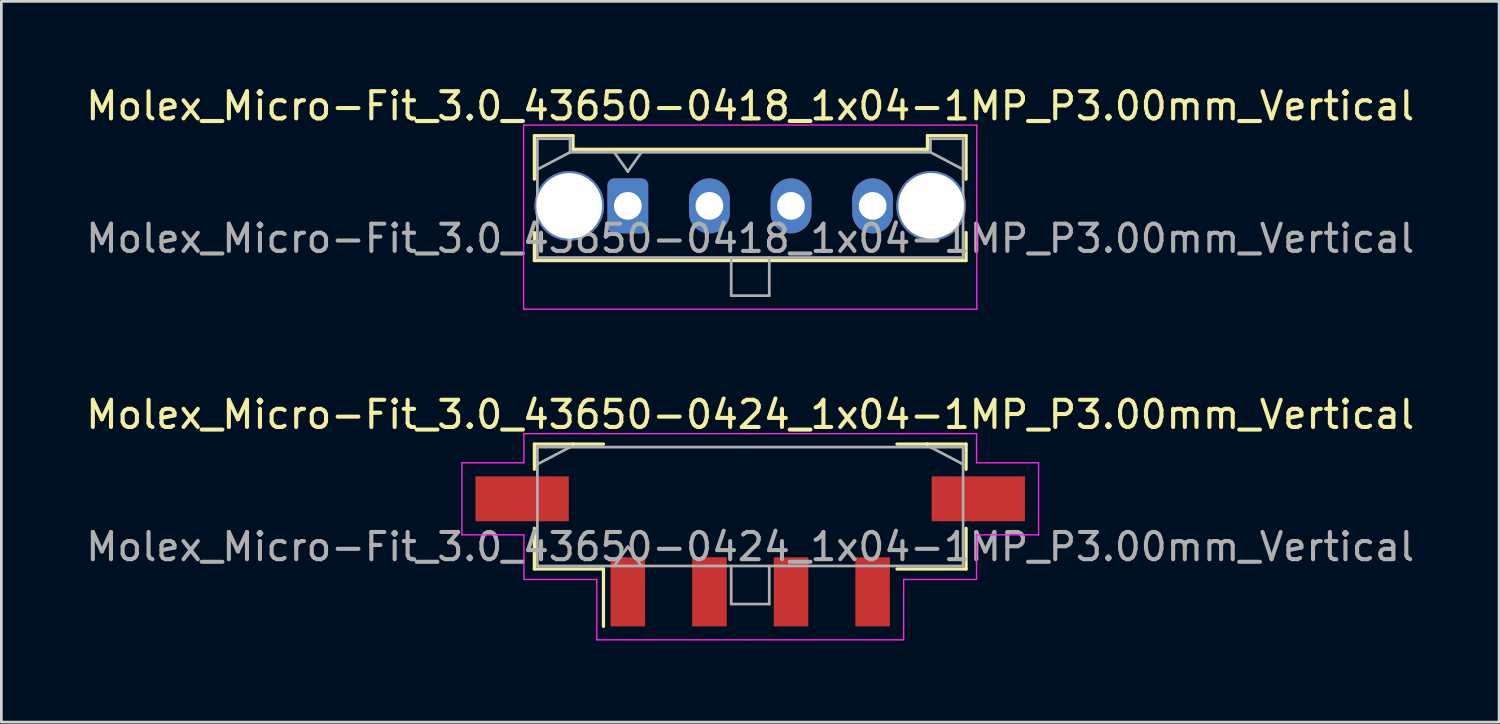
<source format=kicad_pcb>
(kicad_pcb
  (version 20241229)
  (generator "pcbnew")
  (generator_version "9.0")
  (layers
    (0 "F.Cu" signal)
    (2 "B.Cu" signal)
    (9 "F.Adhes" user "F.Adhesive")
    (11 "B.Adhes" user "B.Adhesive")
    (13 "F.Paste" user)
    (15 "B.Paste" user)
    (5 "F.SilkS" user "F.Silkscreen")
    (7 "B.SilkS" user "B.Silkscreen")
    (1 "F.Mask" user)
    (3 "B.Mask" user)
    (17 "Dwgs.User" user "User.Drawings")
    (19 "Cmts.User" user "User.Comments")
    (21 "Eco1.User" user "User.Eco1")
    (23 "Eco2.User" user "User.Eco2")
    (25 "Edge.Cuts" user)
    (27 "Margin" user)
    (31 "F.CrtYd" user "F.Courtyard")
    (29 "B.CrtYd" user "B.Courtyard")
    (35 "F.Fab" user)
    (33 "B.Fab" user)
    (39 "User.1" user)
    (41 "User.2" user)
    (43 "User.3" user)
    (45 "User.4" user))
  (footprint "Molex_Micro-Fit_3.0_43650-0424_1x04-1MP_P3.00mm_Vertical"
    (layer "F.Cu")
    (at 24.53 15.572)
    (property "Reference" "Molex_Micro-Fit_3.0_43650-0424_1x04-1MP_P3.00mm_Vertical" (at 0 -3.38 0) (layer "F.SilkS") (effects (font (size 1 1) (thickness 0.15))))
    (attr smd)
    (fp_line (start -7.935 -2.295) (end -6.515 -2.295) (stroke (width 0.12) (type solid)) (layer "F.SilkS"))
    (fp_line (start -7.935 -1.37) (end -7.935 -2.295) (stroke (width 0.12) (type solid)) (layer "F.SilkS"))
    (fp_line (start -7.935 0.8) (end -7.935 2.295) (stroke (width 0.12) (type solid)) (layer "F.SilkS"))
    (fp_line (start -7.935 2.295) (end -5.395 2.295) (stroke (width 0.12) (type solid)) (layer "F.SilkS"))
    (fp_line (start -6.515 -2.295) (end -6.515 -2.295) (stroke (width 0.12) (type solid)) (layer "F.SilkS"))
    (fp_line (start -6.515 -2.295) (end -5.395 -2.295) (stroke (width 0.12) (type solid)) (layer "F.SilkS"))
    (fp_line (start -5.395 2.295) (end -5.395 4.405) (stroke (width 0.12) (type solid)) (layer "F.SilkS"))
    (fp_line (start 6.515 -2.295) (end 5.395 -2.295) (stroke (width 0.12) (type solid)) (layer "F.SilkS"))
    (fp_line (start 6.515 -2.295) (end 6.515 -2.295) (stroke (width 0.12) (type solid)) (layer "F.SilkS"))
    (fp_line (start 7.935 -2.295) (end 6.515 -2.295) (stroke (width 0.12) (type solid)) (layer "F.SilkS"))
    (fp_line (start 7.935 -1.37) (end 7.935 -2.295) (stroke (width 0.12) (type solid)) (layer "F.SilkS"))
    (fp_line (start 7.935 0.8) (end 7.935 2.295) (stroke (width 0.12) (type solid)) (layer "F.SilkS"))
    (fp_line (start 7.935 2.295) (end 5.395 2.295) (stroke (width 0.12) (type solid)) (layer "F.SilkS"))
    (fp_line (start -10.6 -1.61) (end -10.6 1.04) (stroke (width 0.05) (type solid)) (layer "F.CrtYd"))
    (fp_line (start -10.6 1.04) (end -8.32 1.04) (stroke (width 0.05) (type solid)) (layer "F.CrtYd"))
    (fp_line (start -8.32 -2.68) (end -8.32 -1.61) (stroke (width 0.05) (type solid)) (layer "F.CrtYd"))
    (fp_line (start -8.32 -1.61) (end -10.6 -1.61) (stroke (width 0.05) (type solid)) (layer "F.CrtYd"))
    (fp_line (start -8.32 1.04) (end -8.32 2.68) (stroke (width 0.05) (type solid)) (layer "F.CrtYd"))
    (fp_line (start -8.32 2.68) (end -5.64 2.68) (stroke (width 0.05) (type solid)) (layer "F.CrtYd"))
    (fp_line (start -5.64 -2.68) (end -8.32 -2.68) (stroke (width 0.05) (type solid)) (layer "F.CrtYd"))
    (fp_line (start -5.64 2.68) (end -5.64 4.9) (stroke (width 0.05) (type solid)) (layer "F.CrtYd"))
    (fp_line (start -5.64 4.9) (end 0 4.9) (stroke (width 0.05) (type solid)) (layer "F.CrtYd"))
    (fp_line (start 0 -2.68) (end -5.64 -2.68) (stroke (width 0.05) (type solid)) (layer "F.CrtYd"))
    (fp_line (start 0 -2.68) (end 5.64 -2.68) (stroke (width 0.05) (type solid)) (layer "F.CrtYd"))
    (fp_line (start 5.64 -2.68) (end 8.32 -2.68) (stroke (width 0.05) (type solid)) (layer "F.CrtYd"))
    (fp_line (start 5.64 2.68) (end 5.64 4.9) (stroke (width 0.05) (type solid)) (layer "F.CrtYd"))
    (fp_line (start 5.64 4.9) (end 0 4.9) (stroke (width 0.05) (type solid)) (layer "F.CrtYd"))
    (fp_line (start 8.32 -2.68) (end 8.32 -1.61) (stroke (width 0.05) (type solid)) (layer "F.CrtYd"))
    (fp_line (start 8.32 -1.61) (end 10.6 -1.61) (stroke (width 0.05) (type solid)) (layer "F.CrtYd"))
    (fp_line (start 8.32 1.04) (end 8.32 2.68) (stroke (width 0.05) (type solid)) (layer "F.CrtYd"))
    (fp_line (start 8.32 2.68) (end 5.64 2.68) (stroke (width 0.05) (type solid)) (layer "F.CrtYd"))
    (fp_line (start 10.6 -1.61) (end 10.6 1.04) (stroke (width 0.05) (type solid)) (layer "F.CrtYd"))
    (fp_line (start 10.6 1.04) (end 8.32 1.04) (stroke (width 0.05) (type solid)) (layer "F.CrtYd"))
    (fp_line (start -7.825 -2.185) (end -7.825 2.185) (stroke (width 0.1) (type solid)) (layer "F.Fab"))
    (fp_line (start -7.825 -1.555) (end -6.625 -2.185) (stroke (width 0.1) (type solid)) (layer "F.Fab"))
    (fp_line (start -7.825 2.185) (end 7.825 2.185) (stroke (width 0.1) (type solid)) (layer "F.Fab"))
    (fp_line (start -6.625 -2.185) (end -7.825 -2.185) (stroke (width 0.1) (type solid)) (layer "F.Fab"))
    (fp_line (start -6.625 -2.185) (end -6.625 -2.185) (stroke (width 0.1) (type solid)) (layer "F.Fab"))
    (fp_line (start -5 2.185) (end -4.5 1.478) (stroke (width 0.1) (type solid)) (layer "F.Fab"))
    (fp_line (start -4.5 1.478) (end -4 2.185) (stroke (width 0.1) (type solid)) (layer "F.Fab"))
    (fp_line (start -0.7 2.185) (end -0.7 3.585) (stroke (width 0.1) (type solid)) (layer "F.Fab"))
    (fp_line (start -0.7 3.585) (end 0.7 3.585) (stroke (width 0.1) (type solid)) (layer "F.Fab"))
    (fp_line (start 0.7 3.585) (end 0.7 2.185) (stroke (width 0.1) (type solid)) (layer "F.Fab"))
    (fp_line (start 6.625 -2.185) (end -6.625 -2.185) (stroke (width 0.1) (type solid)) (layer "F.Fab"))
    (fp_line (start 6.625 -2.185) (end 6.625 -2.185) (stroke (width 0.1) (type solid)) (layer "F.Fab"))
    (fp_line (start 7.825 -2.185) (end 6.625 -2.185) (stroke (width 0.1) (type solid)) (layer "F.Fab"))
    (fp_line (start 7.825 -1.555) (end 6.625 -2.185) (stroke (width 0.1) (type solid)) (layer "F.Fab"))
    (fp_line (start 7.825 2.185) (end 7.825 -2.185) (stroke (width 0.1) (type solid)) (layer "F.Fab"))
    (fp_text user "${REFERENCE}" (at 0 1.48 0) (layer "F.Fab") (effects (font (size 1 1) (thickness 0.15))))
    (pad "1" smd rect (at -4.5 3.135) (size 1.27 2.54) (layers "F.Cu" "F.Mask" "F.Paste"))
    (pad "2" smd rect (at -1.5 3.135) (size 1.27 2.54) (layers "F.Cu" "F.Mask" "F.Paste"))
    (pad "3" smd rect (at 1.5 3.135) (size 1.27 2.54) (layers "F.Cu" "F.Mask" "F.Paste"))
    (pad "4" smd rect (at 4.5 3.135) (size 1.27 2.54) (layers "F.Cu" "F.Mask" "F.Paste"))
    (pad "MP" smd rect (at -8.385 -0.285) (size 3.43 1.65) (layers "F.Cu" "F.Mask" "F.Paste"))
    (pad "MP" smd rect (at 8.385 -0.285) (size 3.43 1.65) (layers "F.Cu" "F.Mask" "F.Paste")))
  (footprint "Molex_Micro-Fit_3.0_43650-0418_1x04-1MP_P3.00mm_Vertical"
    (layer "F.Cu")
    (at 20.03 4.518)
    (property "Reference" "Molex_Micro-Fit_3.0_43650-0418_1x04-1MP_P3.00mm_Vertical" (at 4.5 -3.67 0) (layer "F.SilkS") (effects (font (size 1 1) (thickness 0.15))))
    (fp_line (start -3.435 -2.58) (end -2.015 -2.58) (stroke (width 0.12) (type solid)) (layer "F.SilkS"))
    (fp_line (start -3.435 -0.98) (end -3.435 -2.58) (stroke (width 0.12) (type solid)) (layer "F.SilkS"))
    (fp_line (start -3.435 0.98) (end -3.435 2.01) (stroke (width 0.12) (type solid)) (layer "F.SilkS"))
    (fp_line (start -3.435 2.01) (end 12.435 2.01) (stroke (width 0.12) (type solid)) (layer "F.SilkS"))
    (fp_line (start -2.015 -2.58) (end -2.015 -2.08) (stroke (width 0.12) (type solid)) (layer "F.SilkS"))
    (fp_line (start -2.015 -2.08) (end 11.015 -2.08) (stroke (width 0.12) (type solid)) (layer "F.SilkS"))
    (fp_line (start 11.015 -2.58) (end 12.435 -2.58) (stroke (width 0.12) (type solid)) (layer "F.SilkS"))
    (fp_line (start 11.015 -2.08) (end 11.015 -2.58) (stroke (width 0.12) (type solid)) (layer "F.SilkS"))
    (fp_line (start 12.435 -2.58) (end 12.435 -0.98) (stroke (width 0.12) (type solid)) (layer "F.SilkS"))
    (fp_line (start 12.435 2.01) (end 12.435 0.98) (stroke (width 0.12) (type solid)) (layer "F.SilkS"))
    (fp_line (start -3.83 -2.97) (end 12.83 -2.97) (stroke (width 0.05) (type solid)) (layer "F.CrtYd"))
    (fp_line (start -3.83 3.8) (end -3.83 -2.97) (stroke (width 0.05) (type solid)) (layer "F.CrtYd"))
    (fp_line (start 12.83 -2.97) (end 12.83 3.8) (stroke (width 0.05) (type solid)) (layer "F.CrtYd"))
    (fp_line (start 12.83 3.8) (end -3.83 3.8) (stroke (width 0.05) (type solid)) (layer "F.CrtYd"))
    (fp_line (start -3.325 -2.47) (end -3.325 1.9) (stroke (width 0.1) (type solid)) (layer "F.Fab"))
    (fp_line (start -3.325 -1.34) (end -2.125 -1.97) (stroke (width 0.1) (type solid)) (layer "F.Fab"))
    (fp_line (start -3.325 1.9) (end 12.325 1.9) (stroke (width 0.1) (type solid)) (layer "F.Fab"))
    (fp_line (start -2.125 -2.47) (end -3.325 -2.47) (stroke (width 0.1) (type solid)) (layer "F.Fab"))
    (fp_line (start -2.125 -1.97) (end -2.125 -2.47) (stroke (width 0.1) (type solid)) (layer "F.Fab"))
    (fp_line (start -0.5 -1.97) (end 0 -1.263) (stroke (width 0.1) (type solid)) (layer "F.Fab"))
    (fp_line (start 0 -1.263) (end 0.5 -1.97) (stroke (width 0.1) (type solid)) (layer "F.Fab"))
    (fp_line (start 3.8 1.9) (end 3.8 3.3) (stroke (width 0.1) (type solid)) (layer "F.Fab"))
    (fp_line (start 3.8 3.3) (end 5.2 3.3) (stroke (width 0.1) (type solid)) (layer "F.Fab"))
    (fp_line (start 5.2 3.3) (end 5.2 1.9) (stroke (width 0.1) (type solid)) (layer "F.Fab"))
    (fp_line (start 11.125 -2.47) (end 11.125 -1.97) (stroke (width 0.1) (type solid)) (layer "F.Fab"))
    (fp_line (start 11.125 -1.97) (end -2.125 -1.97) (stroke (width 0.1) (type solid)) (layer "F.Fab"))
    (fp_line (start 12.325 -2.47) (end 11.125 -2.47) (stroke (width 0.1) (type solid)) (layer "F.Fab"))
    (fp_line (start 12.325 -1.34) (end 11.125 -1.97) (stroke (width 0.1) (type solid)) (layer "F.Fab"))
    (fp_line (start 12.325 1.9) (end 12.325 -2.47) (stroke (width 0.1) (type solid)) (layer "F.Fab"))
    (fp_text user "${REFERENCE}" (at 4.5 1.2 0) (layer "F.Fab") (effects (font (size 1 1) (thickness 0.15))))
    (pad "1" thru_hole roundrect (at 0 0) (size 1.5 2.02) (drill 1.02) (layers "*.Cu" "*.Mask") (roundrect_rratio 0.167))
    (pad "2" thru_hole oval (at 3 0) (size 1.5 2.02) (drill 1.02) (layers "*.Cu" "*.Mask"))
    (pad "3" thru_hole oval (at 6 0) (size 1.5 2.02) (drill 1.02) (layers "*.Cu" "*.Mask"))
    (pad "4" thru_hole oval (at 9 0) (size 1.5 2.02) (drill 1.02) (layers "*.Cu" "*.Mask"))
    (pad "MP" thru_hole circle (at -2.15 0) (size 2.56 2.56) (drill 2.41) (layers "*.Cu" "*.Mask"))
    (pad "MP" thru_hole circle (at 11.15 0) (size 2.56 2.56) (drill 2.41) (layers "*.Cu" "*.Mask")))
  (gr_rect
    (start -3 -3)
    (end 52.06 23.497)
    (stroke (width 0.1) (type default))
    (fill no)
    (layer "Edge.Cuts")))
</source>
